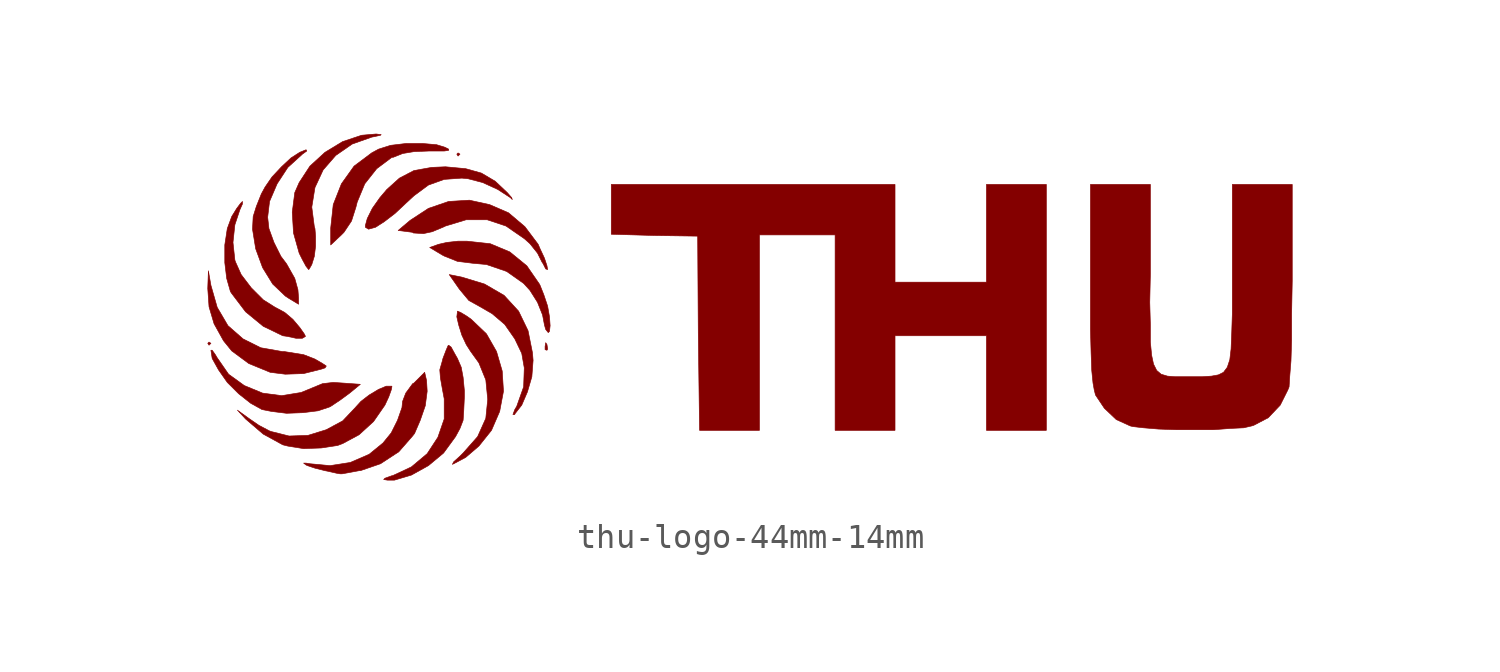
<source format=kicad_sym>
(kicad_symbol_lib
  (version 20220914)
  (generator kicad_symbol_editor)
  (symbol "thu-logo-44mm-14mm"
    (pin_names
      (offset 1.016))
    (property "Reference" "LOGO"
      (at 0 -7.62 0)
      (effects (font (size 1.524 1.524)) hide))
    (symbol "thu-logo-44mm-14mm_0_0"
      (polyline (pts (xy -21.717 -1.575) (xy -21.793 -1.524) (xy -21.844 -1.575) (xy -21.793 -1.651) (xy -21.717 -1.575)) (stroke (width 0.025) (type default)) (fill (type outline)))
      (polyline (pts (xy -11.684 6.045) (xy -11.76 6.096) (xy -11.811 6.045) (xy -11.76 5.969) (xy -11.684 6.045)) (stroke (width 0.025) (type default)) (fill (type outline)))
      (polyline (pts (xy -8.153 -1.803) (xy -8.179 -1.626) (xy -8.23 -1.549) (xy -8.255 -1.702) (xy -8.255 -1.829) (xy -8.179 -1.854) (xy -8.153 -1.803)) (stroke (width 0.025) (type default)) (fill (type outline)))
      (polyline (pts (xy 0.381 2.794) (xy 3.429 2.794) (xy 3.429 -5.08) (xy 5.842 -5.08) (xy 5.842 -1.27) (xy 9.525 -1.27) (xy 9.525 -5.08) (xy 11.938 -5.08) (xy 11.938 4.826) (xy 9.525 4.826) (xy 9.525 0.889) (xy 5.842 0.889) (xy 5.842 4.826) (xy -5.588 4.826) (xy -5.588 2.819) (xy -3.861 2.769) (xy -2.108 2.743) (xy -2.083 -1.168) (xy -2.032 -5.08) (xy 0.381 -5.08) (xy 0.381 2.794)) (stroke (width 0.025) (type default)) (fill (type outline)))
      (polyline (pts (xy -17.983 -2.794) (xy -17.272 -2.616) (xy -17.12 -2.565) (xy -17.069 -2.489) (xy -17.221 -2.388) (xy -17.526 -2.21) (xy -17.983 -2.032) (xy -18.771 -1.905) (xy -18.847 -1.905) (xy -19.71 -1.753) (xy -20.422 -1.397) (xy -21.031 -0.864) (xy -21.463 -0.127) (xy -21.717 0.762) (xy -21.819 1.346) (xy -21.844 0.635) (xy -21.793 -0.102) (xy -21.59 -0.787) (xy -21.209 -1.473) (xy -20.879 -1.88) (xy -20.193 -2.388) (xy -19.329 -2.743) (xy -18.72 -2.819) (xy -17.983 -2.794)) (stroke (width 0.025) (type default)) (fill (type outline)))
      (polyline (pts (xy -9.474 -4.42) (xy -9.195 -4.064) (xy -8.966 -3.531) (xy -8.788 -2.921) (xy -8.738 -2.261) (xy -8.763 -1.956) (xy -8.941 -1.067) (xy -9.322 -0.279) (xy -9.906 0.356) (xy -10.693 0.813) (xy -11.608 1.092) (xy -12.116 1.194) (xy -11.709 0.61) (xy -11.328 0.152) (xy -10.871 -0.102) (xy -10.389 -0.381) (xy -9.881 -0.813) (xy -9.474 -1.397) (xy -9.195 -1.981) (xy -9.093 -2.565) (xy -9.119 -3.327) (xy -9.398 -4.115) (xy -9.474 -4.242) (xy -9.55 -4.445) (xy -9.474 -4.445) (xy -9.474 -4.42)) (stroke (width 0.025) (type default)) (fill (type outline)))
      (polyline (pts (xy -18.009 -4.369) (xy -17.399 -4.293) (xy -16.942 -4.14) (xy -16.891 -4.115) (xy -16.51 -3.861) (xy -16.129 -3.581) (xy -15.697 -3.226) (xy -16.408 -3.175) (xy -16.789 -3.15) (xy -17.221 -3.2) (xy -18.085 -3.556) (xy -18.872 -3.683) (xy -19.634 -3.581) (xy -20.371 -3.277) (xy -21.006 -2.819) (xy -21.463 -2.159) (xy -21.539 -2.032) (xy -21.666 -1.854) (xy -21.717 -1.854) (xy -21.666 -2.184) (xy -21.412 -2.642) (xy -21.057 -3.15) (xy -20.599 -3.607) (xy -20.117 -3.988) (xy -19.66 -4.242) (xy -19.279 -4.318) (xy -18.669 -4.394) (xy -18.009 -4.369)) (stroke (width 0.025) (type default)) (fill (type outline)))
      (polyline (pts (xy -16.459 2.794) (xy -16.358 2.896) (xy -16.053 3.353) (xy -15.875 3.912) (xy -15.824 4.115) (xy -15.519 4.851) (xy -15.037 5.461) (xy -14.427 5.918) (xy -14.376 5.918) (xy -13.995 6.071) (xy -13.538 6.147) (xy -12.929 6.172) (xy -12.319 6.172) (xy -12.141 6.198) (xy -12.141 6.248) (xy -12.294 6.325) (xy -12.624 6.426) (xy -13.208 6.477) (xy -13.843 6.477) (xy -14.478 6.401) (xy -14.961 6.248) (xy -15.24 6.096) (xy -15.951 5.563) (xy -16.459 4.851) (xy -16.789 4.013) (xy -16.891 3.073) (xy -16.891 2.388) (xy -16.459 2.794)) (stroke (width 0.025) (type default)) (fill (type outline)))
      (polyline (pts (xy -11.836 -6.375) (xy -11.455 -6.172) (xy -10.922 -5.715) (xy -10.414 -5.08) (xy -10.084 -4.318) (xy -9.931 -3.505) (xy -9.982 -2.692) (xy -10.211 -1.905) (xy -10.617 -1.194) (xy -11.227 -0.61) (xy -11.405 -0.483) (xy -11.659 -0.33) (xy -11.786 -0.279) (xy -11.786 -0.305) (xy -11.811 -0.508) (xy -11.735 -0.838) (xy -11.608 -1.245) (xy -11.43 -1.626) (xy -11.252 -1.905) (xy -10.922 -2.362) (xy -10.643 -3.048) (xy -10.566 -3.835) (xy -10.643 -4.597) (xy -10.973 -5.334) (xy -11.557 -5.994) (xy -11.684 -6.121) (xy -11.938 -6.35) (xy -11.989 -6.452) (xy -11.836 -6.375)) (stroke (width 0.025) (type default)) (fill (type outline)))
      (polyline (pts (xy -8.179 1.549) (xy -8.28 1.854) (xy -8.458 2.235) (xy -8.534 2.413) (xy -9.068 3.124) (xy -9.728 3.683) (xy -10.49 4.013) (xy -11.303 4.191) (xy -12.141 4.14) (xy -12.954 3.861) (xy -13.691 3.378) (xy -14.173 2.972) (xy -13.589 2.896) (xy -13.564 2.87) (xy -13.157 2.845) (xy -12.802 2.921) (xy -12.319 3.124) (xy -12.268 3.15) (xy -11.43 3.404) (xy -10.592 3.404) (xy -9.83 3.15) (xy -9.093 2.642) (xy -8.865 2.438) (xy -8.56 2.057) (xy -8.382 1.702) (xy -8.331 1.626) (xy -8.23 1.422) (xy -8.153 1.397) (xy -8.179 1.549)) (stroke (width 0.025) (type default)) (fill (type outline)))
      (polyline (pts (xy -8.077 -1.092) (xy -8.052 -0.864) (xy -8.077 -0.508) (xy -8.153 -0.076) (xy -8.306 0.381) (xy -8.458 0.762) (xy -8.484 0.813) (xy -8.992 1.549) (xy -9.677 2.108) (xy -10.465 2.438) (xy -11.405 2.54) (xy -11.76 2.54) (xy -12.217 2.489) (xy -12.548 2.413) (xy -12.903 2.286) (xy -12.395 1.981) (xy -12.294 1.93) (xy -11.786 1.727) (xy -11.176 1.651) (xy -10.617 1.6) (xy -9.804 1.321) (xy -9.119 0.838) (xy -8.865 0.559) (xy -8.56 0.076) (xy -8.357 -0.432) (xy -8.28 -0.838) (xy -8.23 -1.016) (xy -8.128 -1.143) (xy -8.077 -1.092)) (stroke (width 0.025) (type default)) (fill (type outline)))
      (polyline (pts (xy -17.755 1.422) (xy -17.653 1.6) (xy -17.551 1.93) (xy -17.501 2.337) (xy -17.501 2.743) (xy -17.526 3.048) (xy -17.551 3.124) (xy -17.653 3.912) (xy -17.526 4.699) (xy -17.196 5.41) (xy -16.688 5.994) (xy -16.027 6.452) (xy -15.24 6.731) (xy -15.113 6.756) (xy -14.884 6.807) (xy -14.859 6.833) (xy -15.062 6.858) (xy -15.646 6.807) (xy -16.408 6.553) (xy -17.12 6.121) (xy -17.729 5.563) (xy -18.161 4.902) (xy -18.339 4.496) (xy -18.44 3.708) (xy -18.39 2.87) (xy -18.161 2.057) (xy -18.034 1.803) (xy -17.882 1.524) (xy -17.78 1.397) (xy -17.755 1.422)) (stroke (width 0.025) (type default)) (fill (type outline)))
      (polyline (pts (xy -17.272 -5.791) (xy -16.612 -5.69) (xy -16.408 -5.613) (xy -15.748 -5.258) (xy -15.164 -4.724) (xy -14.707 -4.064) (xy -14.554 -3.734) (xy -14.453 -3.454) (xy -14.427 -3.327) (xy -14.427 -3.302) (xy -14.656 -3.302) (xy -14.961 -3.429) (xy -15.342 -3.658) (xy -15.672 -3.912) (xy -15.926 -4.191) (xy -16.408 -4.699) (xy -17.069 -5.055) (xy -17.805 -5.283) (xy -18.567 -5.309) (xy -19.279 -5.131) (xy -19.355 -5.105) (xy -19.787 -4.877) (xy -20.193 -4.597) (xy -20.65 -4.267) (xy -20.32 -4.623) (xy -19.609 -5.232) (xy -18.821 -5.664) (xy -18.618 -5.715) (xy -17.983 -5.817) (xy -17.272 -5.791)) (stroke (width 0.025) (type default)) (fill (type outline)))
      (polyline (pts (xy -15.088 3.099) (xy -14.732 3.327) (xy -14.3 3.658) (xy -13.868 4.064) (xy -13.538 4.369) (xy -12.954 4.801) (xy -12.319 5.029) (xy -11.608 5.08) (xy -11.354 5.055) (xy -10.77 4.902) (xy -10.16 4.623) (xy -9.652 4.293) (xy -9.576 4.216) (xy -9.601 4.293) (xy -9.779 4.496) (xy -10.262 4.953) (xy -10.82 5.283) (xy -11.455 5.461) (xy -12.268 5.537) (xy -12.827 5.512) (xy -13.538 5.385) (xy -14.122 5.08) (xy -14.63 4.623) (xy -14.91 4.293) (xy -15.215 3.861) (xy -15.418 3.454) (xy -15.494 3.175) (xy -15.494 3.099) (xy -15.367 3.023) (xy -15.088 3.099)) (stroke (width 0.025) (type default)) (fill (type outline)))
      (polyline (pts (xy -18.186 0.254) (xy -18.212 0.584) (xy -18.339 1.041) (xy -18.669 1.626) (xy -18.898 1.93) (xy -19.177 2.489) (xy -19.38 3.048) (xy -19.431 3.505) (xy -19.355 4.14) (xy -19.05 4.851) (xy -18.618 5.512) (xy -18.059 6.02) (xy -18.034 6.045) (xy -17.856 6.172) (xy -17.882 6.223) (xy -18.136 6.121) (xy -18.491 5.893) (xy -18.872 5.537) (xy -19.253 5.131) (xy -19.533 4.724) (xy -19.685 4.445) (xy -19.888 3.937) (xy -20.015 3.531) (xy -20.041 3.023) (xy -19.914 2.235) (xy -19.634 1.473) (xy -19.228 0.813) (xy -18.72 0.33) (xy -18.567 0.229) (xy -18.186 0) (xy -18.186 0.254)) (stroke (width 0.025) (type default)) (fill (type outline)))
      (polyline (pts (xy -17.907 -1.295) (xy -17.958 -1.194) (xy -18.136 -0.94) (xy -18.415 -0.61) (xy -18.745 -0.33) (xy -19.075 -0.152) (xy -19.126 -0.127) (xy -19.609 0.178) (xy -20.091 0.66) (xy -20.498 1.194) (xy -20.726 1.702) (xy -20.752 1.778) (xy -20.828 2.489) (xy -20.752 3.2) (xy -20.549 3.81) (xy -20.447 4.039) (xy -20.447 4.14) (xy -20.523 4.064) (xy -20.676 3.861) (xy -20.879 3.531) (xy -21.057 3.048) (xy -21.158 2.388) (xy -21.158 1.676) (xy -21.082 1.041) (xy -20.93 0.508) (xy -20.879 0.432) (xy -20.32 -0.305) (xy -19.609 -0.889) (xy -18.821 -1.27) (xy -18.644 -1.295) (xy -18.288 -1.372) (xy -18.034 -1.372) (xy -17.907 -1.295)) (stroke (width 0.025) (type default)) (fill (type outline)))
      (polyline (pts (xy -13.64 -6.883) (xy -12.954 -6.502) (xy -12.344 -5.994) (xy -11.862 -5.334) (xy -11.684 -5.004) (xy -11.557 -4.674) (xy -11.532 -4.293) (xy -11.506 -3.734) (xy -11.506 -3.48) (xy -11.557 -2.946) (xy -11.633 -2.54) (xy -11.786 -2.184) (xy -11.887 -2.007) (xy -12.04 -1.727) (xy -12.141 -1.651) (xy -12.167 -1.676) (xy -12.243 -1.854) (xy -12.37 -2.184) (xy -12.395 -2.286) (xy -12.497 -2.642) (xy -12.471 -2.972) (xy -12.395 -3.404) (xy -12.319 -3.81) (xy -12.319 -4.623) (xy -12.573 -5.359) (xy -13.005 -6.02) (xy -13.64 -6.553) (xy -14.402 -6.909) (xy -14.427 -6.909) (xy -14.707 -7.01) (xy -14.757 -7.061) (xy -14.605 -7.087) (xy -14.326 -7.087) (xy -13.64 -6.883)) (stroke (width 0.025) (type default)) (fill (type outline)))
      (polyline (pts (xy -16.154 -6.782) (xy -15.748 -6.706) (xy -15.697 -6.706) (xy -14.884 -6.426) (xy -14.148 -5.944) (xy -13.614 -5.334) (xy -13.513 -5.207) (xy -13.284 -4.674) (xy -13.081 -4.089) (xy -13.005 -3.505) (xy -13.03 -3.073) (xy -13.106 -2.743) (xy -13.538 -3.175) (xy -13.589 -3.2) (xy -13.868 -3.581) (xy -13.995 -3.912) (xy -14.021 -4.166) (xy -14.199 -4.674) (xy -14.453 -5.182) (xy -14.783 -5.588) (xy -15.342 -6.045) (xy -16.104 -6.375) (xy -16.916 -6.502) (xy -17.729 -6.426) (xy -17.882 -6.401) (xy -17.983 -6.401) (xy -17.882 -6.477) (xy -17.831 -6.502) (xy -17.526 -6.604) (xy -17.12 -6.706) (xy -16.993 -6.731) (xy -16.662 -6.807) (xy -16.51 -6.833) (xy -16.434 -6.833) (xy -16.154 -6.782)) (stroke (width 0.025) (type default)) (fill (type outline)))
      (polyline (pts (xy 19.355 -5.004) (xy 19.888 -4.978) (xy 20.218 -4.902) (xy 20.295 -4.877) (xy 20.879 -4.572) (xy 21.361 -4.064) (xy 21.666 -3.454) (xy 21.717 -3.327) (xy 21.742 -2.921) (xy 21.793 -2.286) (xy 21.819 -1.448) (xy 21.819 -0.381) (xy 21.844 0.94) (xy 21.844 4.826) (xy 19.431 4.826) (xy 19.431 -0.381) (xy 19.406 -1.168) (xy 19.38 -1.803) (xy 19.329 -2.235) (xy 19.228 -2.54) (xy 19.075 -2.743) (xy 18.872 -2.845) (xy 18.593 -2.896) (xy 18.212 -2.921) (xy 17.12 -2.921) (xy 16.815 -2.896) (xy 16.561 -2.819) (xy 16.383 -2.667) (xy 16.256 -2.413) (xy 16.18 -2.057) (xy 16.129 -1.524) (xy 16.129 -0.813) (xy 16.104 0.076) (xy 16.129 1.219) (xy 16.129 4.826) (xy 13.716 4.826) (xy 13.716 -1.016) (xy 13.741 -1.956) (xy 13.767 -2.667) (xy 13.818 -3.175) (xy 13.868 -3.454) (xy 13.919 -3.658) (xy 14.275 -4.191) (xy 14.757 -4.648) (xy 15.316 -4.902) (xy 15.418 -4.928) (xy 15.85 -4.978) (xy 16.459 -5.029) (xy 17.17 -5.055) (xy 18.669 -5.055) (xy 19.355 -5.004)) (stroke (width 0.025) (type default)) (fill (type outline))))))
</source>
